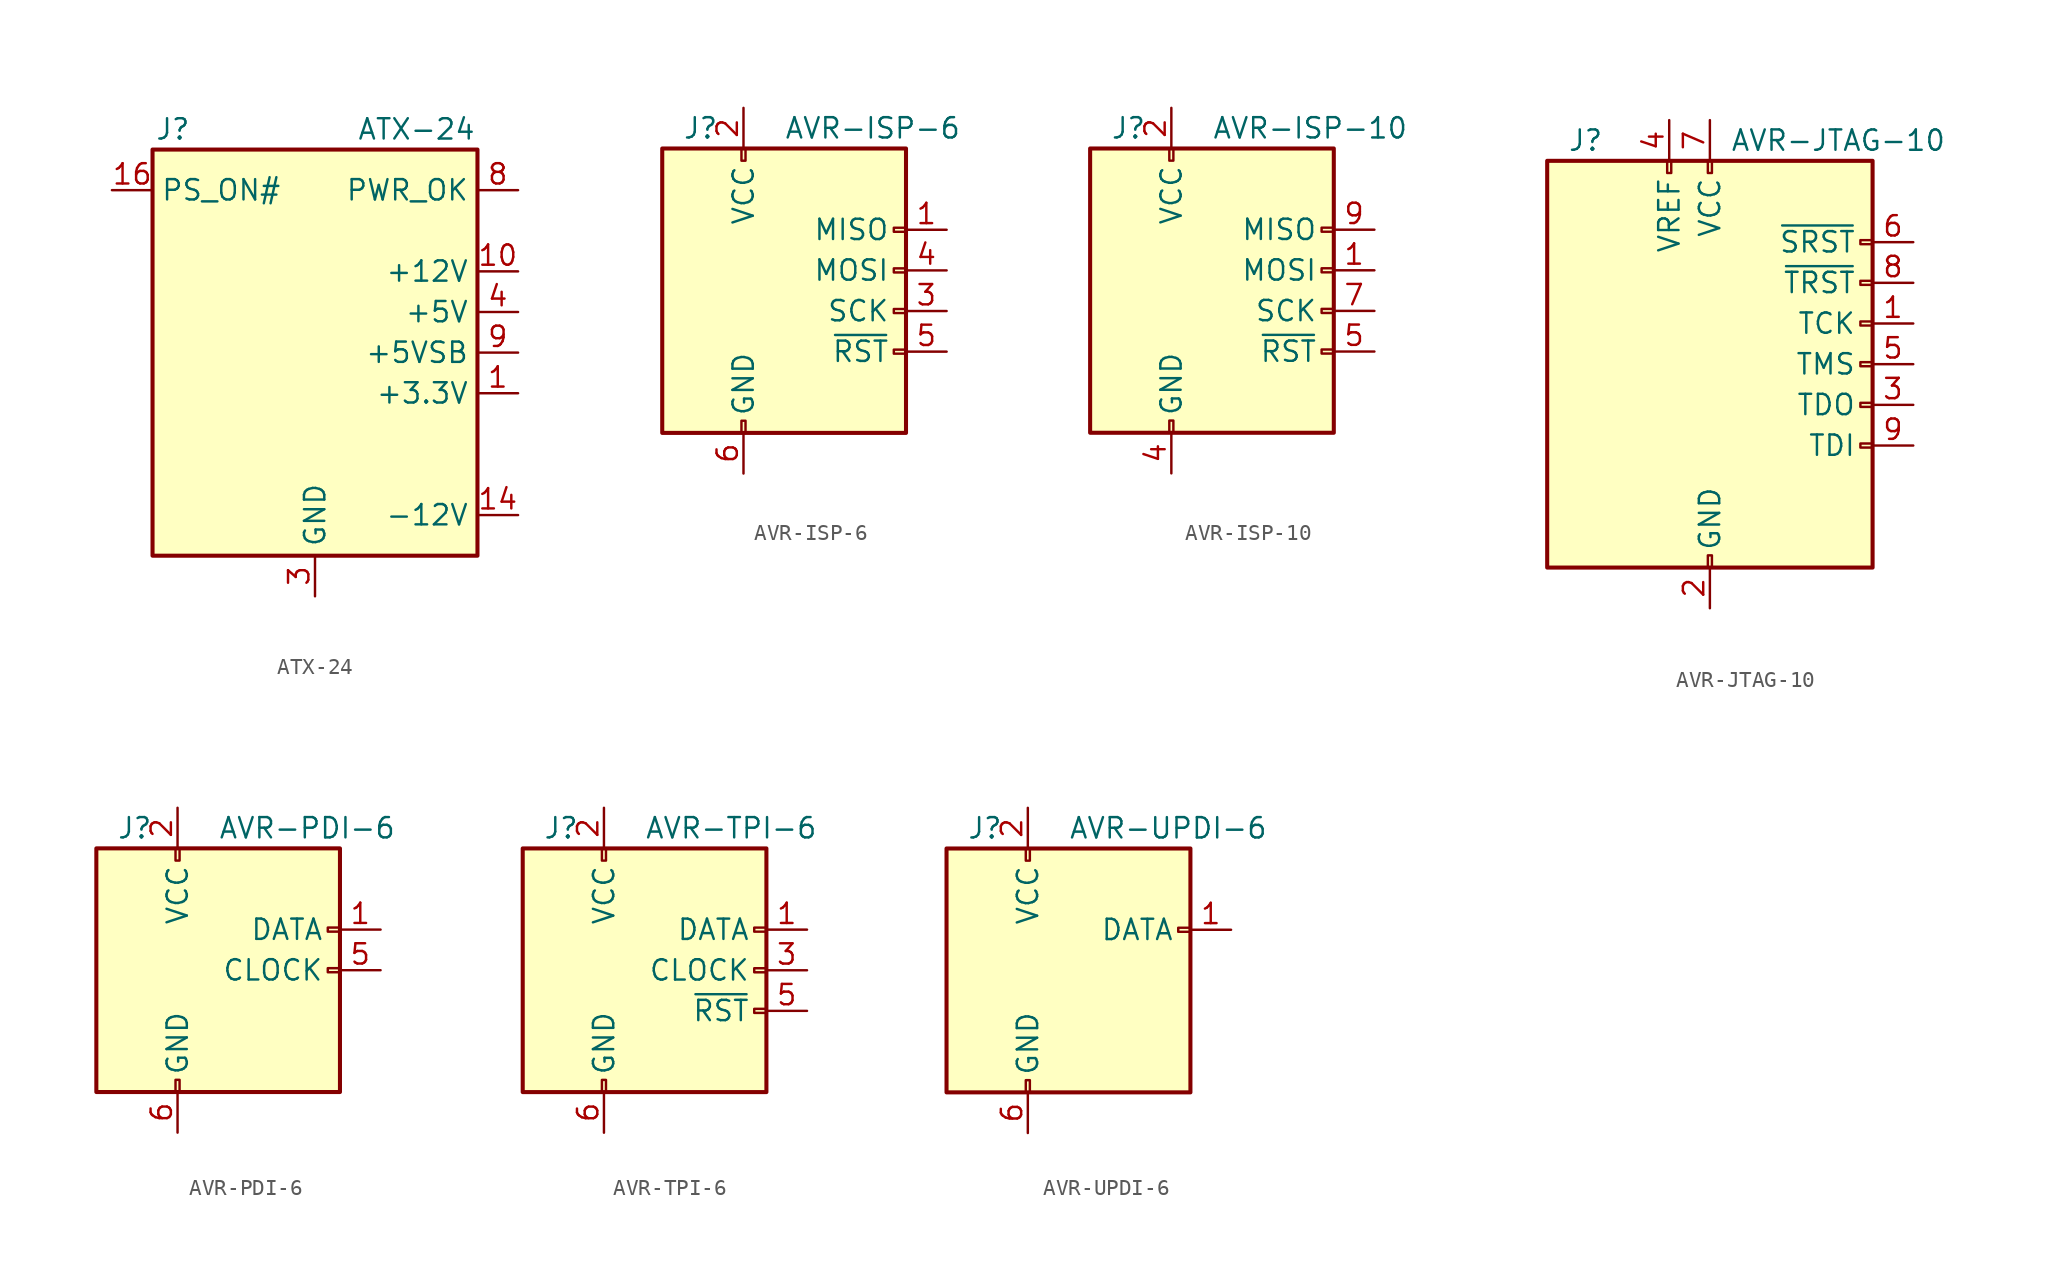
<source format=kicad_sym>
(kicad_symbol_lib
  (version 20220914)
  (generator kicad_symbol_editor)
  (symbol "ATX-24"
    (property "Reference" "J"
      (at -8.89 13.97 0)
      (effects (font (size 1.27 1.27))))
    (property "Value" "ATX-24"
      (at 6.35 13.97 0)
      (effects (font (size 1.27 1.27))))
    (symbol "ATX-24_0_1"
      (rectangle (start -10.16 12.7) (end 10.16 -12.7) (stroke (width 0.254) (type default)) (fill (type background))))
    (symbol "ATX-24_1_1"
      (pin power_out line (at 12.7 -2.54 180) (length 2.54) (name "+3.3V" (effects (font (size 1.27 1.27)))) (number "1" (effects (font (size 1.27 1.27)))))
      (pin power_out line (at 12.7 5.08 180) (length 2.54) (name "+12V" (effects (font (size 1.27 1.27)))) (number "10" (effects (font (size 1.27 1.27)))))
      (pin passive line (at 12.7 5.08 180) (length 2.54) hide (name "+12V" (effects (font (size 1.27 1.27)))) (number "11" (effects (font (size 1.27 1.27)))))
      (pin passive line (at 12.7 -2.54 180) (length 2.54) hide (name "+3.3V" (effects (font (size 1.27 1.27)))) (number "12" (effects (font (size 1.27 1.27)))))
      (pin passive line (at 12.7 -2.54 180) (length 2.54) hide (name "+3.3V" (effects (font (size 1.27 1.27)))) (number "13" (effects (font (size 1.27 1.27)))))
      (pin power_out line (at 12.7 -10.16 180) (length 2.54) (name "-12V" (effects (font (size 1.27 1.27)))) (number "14" (effects (font (size 1.27 1.27)))))
      (pin passive line (at 0 -15.24 90) (length 2.54) hide (name "GND" (effects (font (size 1.27 1.27)))) (number "15" (effects (font (size 1.27 1.27)))))
      (pin open_collector line (at -12.7 10.16 0) (length 2.54) (name "PS_ON#" (effects (font (size 1.27 1.27)))) (number "16" (effects (font (size 1.27 1.27)))))
      (pin passive line (at 0 -15.24 90) (length 2.54) hide (name "GND" (effects (font (size 1.27 1.27)))) (number "17" (effects (font (size 1.27 1.27)))))
      (pin passive line (at 0 -15.24 90) (length 2.54) hide (name "GND" (effects (font (size 1.27 1.27)))) (number "18" (effects (font (size 1.27 1.27)))))
      (pin passive line (at 0 -15.24 90) (length 2.54) hide (name "GND" (effects (font (size 1.27 1.27)))) (number "19" (effects (font (size 1.27 1.27)))))
      (pin passive line (at 12.7 -2.54 180) (length 2.54) hide (name "+3.3V" (effects (font (size 1.27 1.27)))) (number "2" (effects (font (size 1.27 1.27)))))
      (pin no_connect line (at -10.16 0 0) (length 2.54) hide (name "NC" (effects (font (size 1.27 1.27)))) (number "20" (effects (font (size 1.27 1.27)))))
      (pin passive line (at 12.7 2.54 180) (length 2.54) hide (name "+5V" (effects (font (size 1.27 1.27)))) (number "21" (effects (font (size 1.27 1.27)))))
      (pin passive line (at 12.7 2.54 180) (length 2.54) hide (name "+5V" (effects (font (size 1.27 1.27)))) (number "22" (effects (font (size 1.27 1.27)))))
      (pin passive line (at 12.7 2.54 180) (length 2.54) hide (name "+5V" (effects (font (size 1.27 1.27)))) (number "23" (effects (font (size 1.27 1.27)))))
      (pin passive line (at 0 -15.24 90) (length 2.54) hide (name "GND" (effects (font (size 1.27 1.27)))) (number "24" (effects (font (size 1.27 1.27)))))
      (pin power_out line (at 0 -15.24 90) (length 2.54) (name "GND" (effects (font (size 1.27 1.27)))) (number "3" (effects (font (size 1.27 1.27)))))
      (pin power_out line (at 12.7 2.54 180) (length 2.54) (name "+5V" (effects (font (size 1.27 1.27)))) (number "4" (effects (font (size 1.27 1.27)))))
      (pin passive line (at 0 -15.24 90) (length 2.54) hide (name "GND" (effects (font (size 1.27 1.27)))) (number "5" (effects (font (size 1.27 1.27)))))
      (pin passive line (at 12.7 2.54 180) (length 2.54) hide (name "+5V" (effects (font (size 1.27 1.27)))) (number "6" (effects (font (size 1.27 1.27)))))
      (pin passive line (at 0 -15.24 90) (length 2.54) hide (name "GND" (effects (font (size 1.27 1.27)))) (number "7" (effects (font (size 1.27 1.27)))))
      (pin output line (at 12.7 10.16 180) (length 2.54) (name "PWR_OK" (effects (font (size 1.27 1.27)))) (number "8" (effects (font (size 1.27 1.27)))))
      (pin power_out line (at 12.7 0 180) (length 2.54) (name "+5VSB" (effects (font (size 1.27 1.27)))) (number "9" (effects (font (size 1.27 1.27)))))))
  (symbol "AVR-ISP-6"
    (pin_names
      (offset 1.016))
    (property "Reference" "J"
      (at -6.35 11.43 0)
      (effects (font (size 1.27 1.27)) (justify left)))
    (property "Value" "AVR-ISP-6"
      (at 0 11.43 0)
      (effects (font (size 1.27 1.27)) (justify left)))
    (symbol "AVR-ISP-6_0_1"
      (rectangle (start -2.667 -6.858) (end -2.413 -7.62) (stroke (width 0) (type default)) (fill (type none)))
      (rectangle (start -2.667 10.16) (end -2.413 9.398) (stroke (width 0) (type default)) (fill (type none)))
      (rectangle (start 7.62 -2.413) (end 6.858 -2.667) (stroke (width 0) (type default)) (fill (type none)))
      (rectangle (start 7.62 0.127) (end 6.858 -0.127) (stroke (width 0) (type default)) (fill (type none)))
      (rectangle (start 7.62 2.667) (end 6.858 2.413) (stroke (width 0) (type default)) (fill (type none)))
      (rectangle (start 7.62 5.207) (end 6.858 4.953) (stroke (width 0) (type default)) (fill (type none)))
      (rectangle (start 7.62 10.16) (end -7.62 -7.62) (stroke (width 0.254) (type default)) (fill (type background))))
    (symbol "AVR-ISP-6_1_1"
      (pin passive line (at 10.16 5.08 180) (length 2.54) (name "MISO" (effects (font (size 1.27 1.27)))) (number "1" (effects (font (size 1.27 1.27)))))
      (pin passive line (at -2.54 12.7 270) (length 2.54) (name "VCC" (effects (font (size 1.27 1.27)))) (number "2" (effects (font (size 1.27 1.27)))))
      (pin passive line (at 10.16 0 180) (length 2.54) (name "SCK" (effects (font (size 1.27 1.27)))) (number "3" (effects (font (size 1.27 1.27)))))
      (pin passive line (at 10.16 2.54 180) (length 2.54) (name "MOSI" (effects (font (size 1.27 1.27)))) (number "4" (effects (font (size 1.27 1.27)))))
      (pin passive line (at 10.16 -2.54 180) (length 2.54) (name "~{RST}" (effects (font (size 1.27 1.27)))) (number "5" (effects (font (size 1.27 1.27)))))
      (pin passive line (at -2.54 -10.16 90) (length 2.54) (name "GND" (effects (font (size 1.27 1.27)))) (number "6" (effects (font (size 1.27 1.27)))))))
  (symbol "AVR-ISP-10"
    (pin_names
      (offset 1.016))
    (property "Reference" "J"
      (at -6.35 11.43 0)
      (effects (font (size 1.27 1.27)) (justify left)))
    (property "Value" "AVR-ISP-10"
      (at 0 11.43 0)
      (effects (font (size 1.27 1.27)) (justify left)))
    (symbol "AVR-ISP-10_0_1"
      (rectangle (start -2.667 -6.858) (end -2.413 -7.62) (stroke (width 0) (type default)) (fill (type none)))
      (rectangle (start -2.667 10.16) (end -2.413 9.398) (stroke (width 0) (type default)) (fill (type none)))
      (rectangle (start 7.62 -2.413) (end 6.858 -2.667) (stroke (width 0) (type default)) (fill (type none)))
      (rectangle (start 7.62 0.127) (end 6.858 -0.127) (stroke (width 0) (type default)) (fill (type none)))
      (rectangle (start 7.62 2.667) (end 6.858 2.413) (stroke (width 0) (type default)) (fill (type none)))
      (rectangle (start 7.62 5.207) (end 6.858 4.953) (stroke (width 0) (type default)) (fill (type none)))
      (rectangle (start 7.62 10.16) (end -7.62 -7.62) (stroke (width 0.254) (type default)) (fill (type background))))
    (symbol "AVR-ISP-10_1_1"
      (pin passive line (at 10.16 2.54 180) (length 2.54) (name "MOSI" (effects (font (size 1.27 1.27)))) (number "1" (effects (font (size 1.27 1.27)))))
      (pin passive line (at -2.54 -10.16 90) (length 2.54) hide (name "GND" (effects (font (size 1.27 1.27)))) (number "10" (effects (font (size 1.27 1.27)))))
      (pin passive line (at -2.54 12.7 270) (length 2.54) (name "VCC" (effects (font (size 1.27 1.27)))) (number "2" (effects (font (size 1.27 1.27)))))
      (pin no_connect line (at 7.62 -5.08 180) (length 2.54) hide (name "NC" (effects (font (size 1.27 1.27)))) (number "3" (effects (font (size 1.27 1.27)))))
      (pin passive line (at -2.54 -10.16 90) (length 2.54) (name "GND" (effects (font (size 1.27 1.27)))) (number "4" (effects (font (size 1.27 1.27)))))
      (pin passive line (at 10.16 -2.54 180) (length 2.54) (name "~{RST}" (effects (font (size 1.27 1.27)))) (number "5" (effects (font (size 1.27 1.27)))))
      (pin passive line (at -2.54 -10.16 90) (length 2.54) hide (name "GND" (effects (font (size 1.27 1.27)))) (number "6" (effects (font (size 1.27 1.27)))))
      (pin passive line (at 10.16 0 180) (length 2.54) (name "SCK" (effects (font (size 1.27 1.27)))) (number "7" (effects (font (size 1.27 1.27)))))
      (pin passive line (at -2.54 -10.16 90) (length 2.54) hide (name "GND" (effects (font (size 1.27 1.27)))) (number "8" (effects (font (size 1.27 1.27)))))
      (pin passive line (at 10.16 5.08 180) (length 2.54) (name "MISO" (effects (font (size 1.27 1.27)))) (number "9" (effects (font (size 1.27 1.27)))))))
  (symbol "AVR-JTAG-10"
    (pin_names
      (offset 1.016))
    (property "Reference" "J"
      (at -8.89 13.97 0)
      (effects (font (size 1.27 1.27)) (justify left)))
    (property "Value" "AVR-JTAG-10"
      (at 1.27 13.97 0)
      (effects (font (size 1.27 1.27)) (justify left)))
    (symbol "AVR-JTAG-10_0_1"
      (rectangle (start -2.667 12.7) (end -2.413 11.938) (stroke (width 0) (type default)) (fill (type none)))
      (rectangle (start -0.127 -11.938) (end 0.127 -12.7) (stroke (width 0) (type default)) (fill (type none)))
      (rectangle (start -0.127 12.7) (end 0.127 11.938) (stroke (width 0) (type default)) (fill (type none)))
      (rectangle (start 10.16 -4.953) (end 9.398 -5.207) (stroke (width 0) (type default)) (fill (type none)))
      (rectangle (start 10.16 -2.413) (end 9.398 -2.667) (stroke (width 0) (type default)) (fill (type none)))
      (rectangle (start 10.16 0.127) (end 9.398 -0.127) (stroke (width 0) (type default)) (fill (type none)))
      (rectangle (start 10.16 2.667) (end 9.398 2.413) (stroke (width 0) (type default)) (fill (type none)))
      (rectangle (start 10.16 5.207) (end 9.398 4.953) (stroke (width 0) (type default)) (fill (type none)))
      (rectangle (start 10.16 7.747) (end 9.398 7.493) (stroke (width 0) (type default)) (fill (type none)))
      (rectangle (start 10.16 12.7) (end -10.16 -12.7) (stroke (width 0.254) (type default)) (fill (type background))))
    (symbol "AVR-JTAG-10_1_1"
      (pin passive line (at 12.7 2.54 180) (length 2.54) (name "TCK" (effects (font (size 1.27 1.27)))) (number "1" (effects (font (size 1.27 1.27)))))
      (pin passive line (at 0 -15.24 90) (length 2.54) hide (name "GND" (effects (font (size 1.27 1.27)))) (number "10" (effects (font (size 1.27 1.27)))))
      (pin passive line (at 0 -15.24 90) (length 2.54) (name "GND" (effects (font (size 1.27 1.27)))) (number "2" (effects (font (size 1.27 1.27)))))
      (pin passive line (at 12.7 -2.54 180) (length 2.54) (name "TDO" (effects (font (size 1.27 1.27)))) (number "3" (effects (font (size 1.27 1.27)))))
      (pin passive line (at -2.54 15.24 270) (length 2.54) (name "VREF" (effects (font (size 1.27 1.27)))) (number "4" (effects (font (size 1.27 1.27)))))
      (pin passive line (at 12.7 0 180) (length 2.54) (name "TMS" (effects (font (size 1.27 1.27)))) (number "5" (effects (font (size 1.27 1.27)))))
      (pin passive line (at 12.7 7.62 180) (length 2.54) (name "~{SRST}" (effects (font (size 1.27 1.27)))) (number "6" (effects (font (size 1.27 1.27)))))
      (pin passive line (at 0 15.24 270) (length 2.54) (name "VCC" (effects (font (size 1.27 1.27)))) (number "7" (effects (font (size 1.27 1.27)))))
      (pin passive line (at 12.7 5.08 180) (length 2.54) (name "~{TRST}" (effects (font (size 1.27 1.27)))) (number "8" (effects (font (size 1.27 1.27)))))
      (pin passive line (at 12.7 -5.08 180) (length 2.54) (name "TDI" (effects (font (size 1.27 1.27)))) (number "9" (effects (font (size 1.27 1.27)))))))
  (symbol "AVR-PDI-6"
    (pin_names
      (offset 1.016))
    (property "Reference" "J"
      (at -6.35 8.89 0)
      (effects (font (size 1.27 1.27)) (justify left)))
    (property "Value" "AVR-PDI-6"
      (at 0 8.89 0)
      (effects (font (size 1.27 1.27)) (justify left)))
    (symbol "AVR-PDI-6_0_1"
      (rectangle (start -2.667 -6.858) (end -2.413 -7.62) (stroke (width 0) (type default)) (fill (type none)))
      (rectangle (start -2.667 7.62) (end -2.413 6.858) (stroke (width 0) (type default)) (fill (type none)))
      (rectangle (start 7.62 0.127) (end 6.858 -0.127) (stroke (width 0) (type default)) (fill (type none)))
      (rectangle (start 7.62 2.667) (end 6.858 2.413) (stroke (width 0) (type default)) (fill (type none)))
      (rectangle (start 7.62 7.62) (end -7.62 -7.62) (stroke (width 0.254) (type default)) (fill (type background))))
    (symbol "AVR-PDI-6_1_1"
      (pin passive line (at 10.16 2.54 180) (length 2.54) (name "DATA" (effects (font (size 1.27 1.27)))) (number "1" (effects (font (size 1.27 1.27)))))
      (pin passive line (at -2.54 10.16 270) (length 2.54) (name "VCC" (effects (font (size 1.27 1.27)))) (number "2" (effects (font (size 1.27 1.27)))))
      (pin no_connect line (at 7.62 -2.54 180) (length 2.54) hide (name "NC" (effects (font (size 1.27 1.27)))) (number "3" (effects (font (size 1.27 1.27)))))
      (pin no_connect line (at 7.62 -5.08 180) (length 2.54) hide (name "NC" (effects (font (size 1.27 1.27)))) (number "4" (effects (font (size 1.27 1.27)))))
      (pin passive line (at 10.16 0 180) (length 2.54) (name "CLOCK" (effects (font (size 1.27 1.27)))) (number "5" (effects (font (size 1.27 1.27)))))
      (pin passive line (at -2.54 -10.16 90) (length 2.54) (name "GND" (effects (font (size 1.27 1.27)))) (number "6" (effects (font (size 1.27 1.27)))))))
  (symbol "AVR-TPI-6"
    (pin_names
      (offset 1.016))
    (property "Reference" "J"
      (at -6.35 8.89 0)
      (effects (font (size 1.27 1.27)) (justify left)))
    (property "Value" "AVR-TPI-6"
      (at 0 8.89 0)
      (effects (font (size 1.27 1.27)) (justify left)))
    (symbol "AVR-TPI-6_0_1"
      (rectangle (start -2.667 -6.858) (end -2.413 -7.62) (stroke (width 0) (type default)) (fill (type none)))
      (rectangle (start -2.667 7.62) (end -2.413 6.858) (stroke (width 0) (type default)) (fill (type none)))
      (rectangle (start 7.62 -2.413) (end 6.858 -2.667) (stroke (width 0) (type default)) (fill (type none)))
      (rectangle (start 7.62 0.127) (end 6.858 -0.127) (stroke (width 0) (type default)) (fill (type none)))
      (rectangle (start 7.62 2.667) (end 6.858 2.413) (stroke (width 0) (type default)) (fill (type none)))
      (rectangle (start 7.62 7.62) (end -7.62 -7.62) (stroke (width 0.254) (type default)) (fill (type background))))
    (symbol "AVR-TPI-6_1_1"
      (pin passive line (at 10.16 2.54 180) (length 2.54) (name "DATA" (effects (font (size 1.27 1.27)))) (number "1" (effects (font (size 1.27 1.27)))))
      (pin passive line (at -2.54 10.16 270) (length 2.54) (name "VCC" (effects (font (size 1.27 1.27)))) (number "2" (effects (font (size 1.27 1.27)))))
      (pin passive line (at 10.16 0 180) (length 2.54) (name "CLOCK" (effects (font (size 1.27 1.27)))) (number "3" (effects (font (size 1.27 1.27)))))
      (pin no_connect line (at 7.62 -5.08 180) (length 2.54) hide (name "NC" (effects (font (size 1.27 1.27)))) (number "4" (effects (font (size 1.27 1.27)))))
      (pin passive line (at 10.16 -2.54 180) (length 2.54) (name "~{RST}" (effects (font (size 1.27 1.27)))) (number "5" (effects (font (size 1.27 1.27)))))
      (pin passive line (at -2.54 -10.16 90) (length 2.54) (name "GND" (effects (font (size 1.27 1.27)))) (number "6" (effects (font (size 1.27 1.27)))))))
  (symbol "AVR-UPDI-6"
    (pin_names
      (offset 1.016))
    (property "Reference" "J"
      (at -6.35 8.89 0)
      (effects (font (size 1.27 1.27)) (justify left)))
    (property "Value" "AVR-UPDI-6"
      (at 0 8.89 0)
      (effects (font (size 1.27 1.27)) (justify left)))
    (symbol "AVR-UPDI-6_0_1"
      (rectangle (start -2.667 -6.858) (end -2.413 -7.62) (stroke (width 0) (type default)) (fill (type none)))
      (rectangle (start -2.667 7.62) (end -2.413 6.858) (stroke (width 0) (type default)) (fill (type none)))
      (rectangle (start 7.62 2.667) (end 6.858 2.413) (stroke (width 0) (type default)) (fill (type none)))
      (rectangle (start 7.62 7.62) (end -7.62 -7.62) (stroke (width 0.254) (type default)) (fill (type background))))
    (symbol "AVR-UPDI-6_1_1"
      (pin passive line (at 10.16 2.54 180) (length 2.54) (name "DATA" (effects (font (size 1.27 1.27)))) (number "1" (effects (font (size 1.27 1.27)))))
      (pin passive line (at -2.54 10.16 270) (length 2.54) (name "VCC" (effects (font (size 1.27 1.27)))) (number "2" (effects (font (size 1.27 1.27)))))
      (pin no_connect line (at 7.62 0 180) (length 2.54) hide (name "NC" (effects (font (size 1.27 1.27)))) (number "3" (effects (font (size 1.27 1.27)))))
      (pin no_connect line (at 7.62 -2.54 180) (length 2.54) hide (name "NC" (effects (font (size 1.27 1.27)))) (number "4" (effects (font (size 1.27 1.27)))))
      (pin no_connect line (at 7.62 -5.08 180) (length 2.54) hide (name "NC" (effects (font (size 1.27 1.27)))) (number "5" (effects (font (size 1.27 1.27)))))
      (pin passive line (at -2.54 -10.16 90) (length 2.54) (name "GND" (effects (font (size 1.27 1.27)))) (number "6" (effects (font (size 1.27 1.27))))))))
</source>
